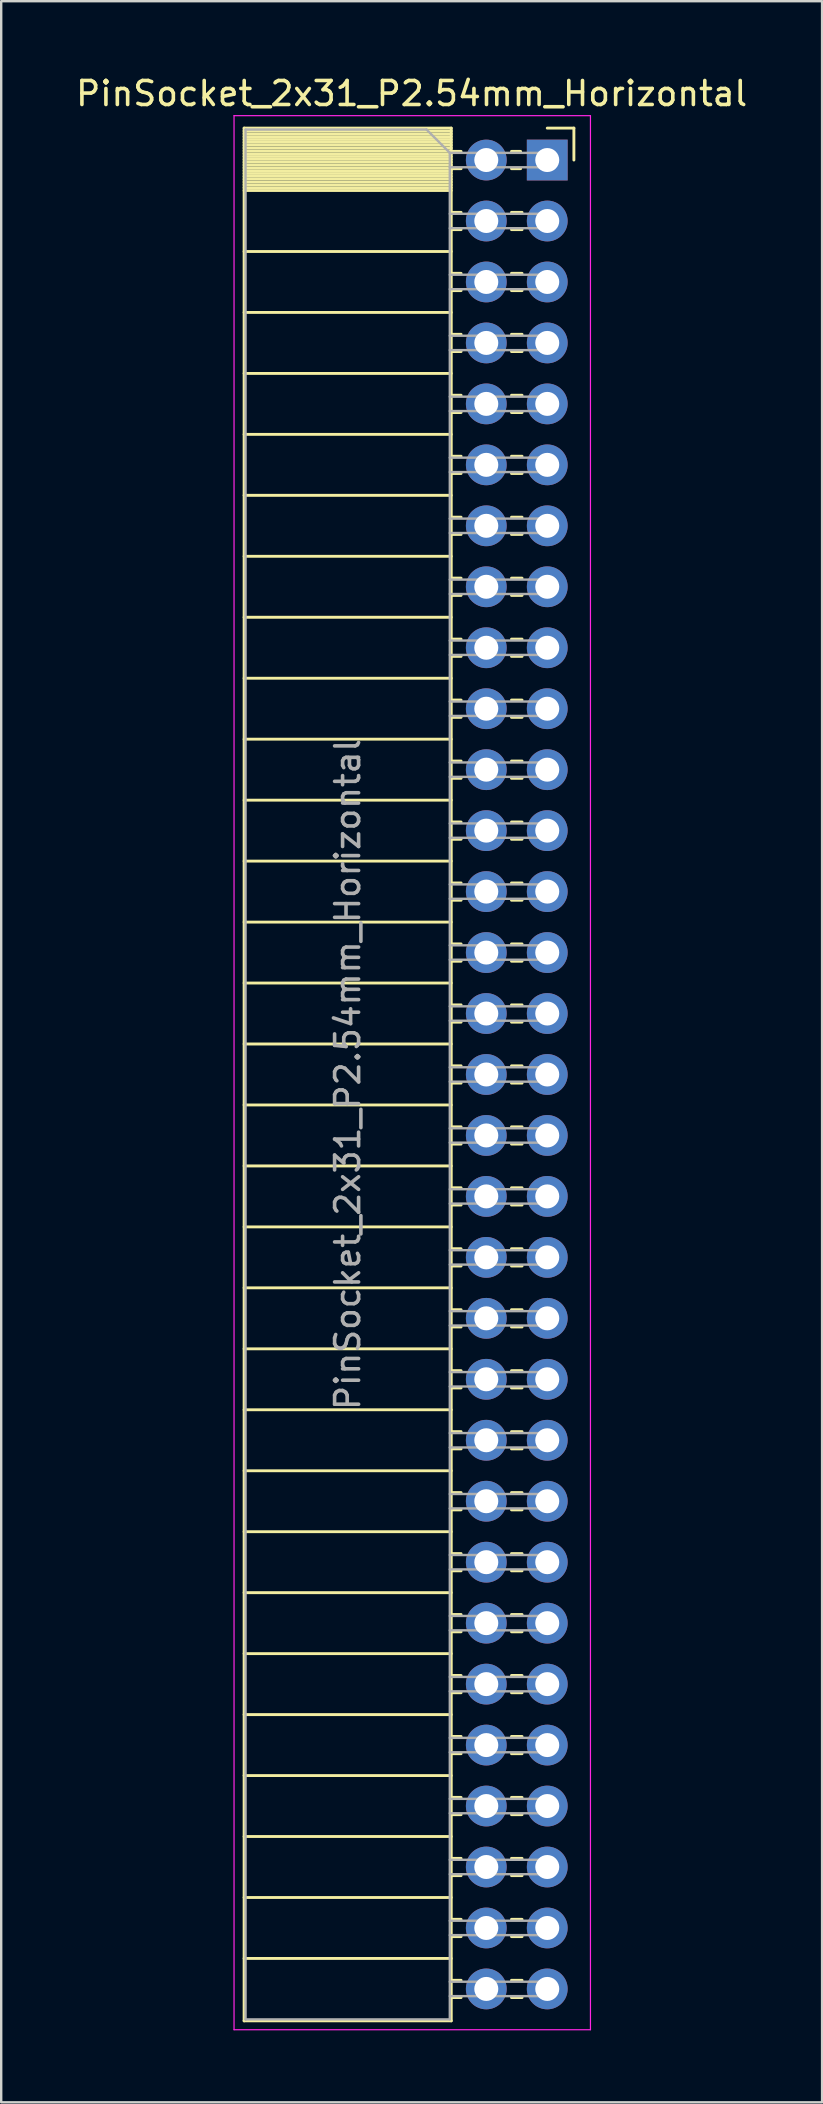
<source format=kicad_pcb>
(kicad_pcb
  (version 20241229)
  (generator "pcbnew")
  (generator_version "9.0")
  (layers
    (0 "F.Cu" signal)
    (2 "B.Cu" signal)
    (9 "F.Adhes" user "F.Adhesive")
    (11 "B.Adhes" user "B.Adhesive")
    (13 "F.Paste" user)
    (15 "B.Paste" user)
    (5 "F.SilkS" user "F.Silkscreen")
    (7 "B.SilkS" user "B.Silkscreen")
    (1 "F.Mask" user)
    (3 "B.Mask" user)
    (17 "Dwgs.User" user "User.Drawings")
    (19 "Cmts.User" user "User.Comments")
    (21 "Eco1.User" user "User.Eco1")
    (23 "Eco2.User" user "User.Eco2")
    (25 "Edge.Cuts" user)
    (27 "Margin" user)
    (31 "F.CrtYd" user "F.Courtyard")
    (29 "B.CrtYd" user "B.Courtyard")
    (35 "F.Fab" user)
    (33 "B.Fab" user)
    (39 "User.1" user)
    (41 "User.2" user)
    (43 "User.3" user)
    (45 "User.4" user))
  (footprint "PinSocket_2x31_P2.54mm_Horizontal"
    (layer "F.Cu")
    (at 19.751 3.618)
    (property "Reference" "PinSocket_2x31_P2.54mm_Horizontal" (at -5.65 -2.77 0) (layer "F.SilkS") (effects (font (size 1 1) (thickness 0.15))))
    (attr through_hole)
    (fp_line (start -12.63 -1.33) (end -12.63 77.53) (stroke (width 0.12) (type solid)) (layer "F.SilkS"))
    (fp_line (start -12.63 -1.33) (end -4 -1.33) (stroke (width 0.12) (type solid)) (layer "F.SilkS"))
    (fp_line (start -12.63 -1.21) (end -4 -1.21) (stroke (width 0.12) (type solid)) (layer "F.SilkS"))
    (fp_line (start -12.63 -1.092) (end -4 -1.092) (stroke (width 0.12) (type solid)) (layer "F.SilkS"))
    (fp_line (start -12.63 -0.974) (end -4 -0.974) (stroke (width 0.12) (type solid)) (layer "F.SilkS"))
    (fp_line (start -12.63 -0.856) (end -4 -0.856) (stroke (width 0.12) (type solid)) (layer "F.SilkS"))
    (fp_line (start -12.63 -0.738) (end -4 -0.738) (stroke (width 0.12) (type solid)) (layer "F.SilkS"))
    (fp_line (start -12.63 -0.62) (end -4 -0.62) (stroke (width 0.12) (type solid)) (layer "F.SilkS"))
    (fp_line (start -12.63 -0.501) (end -4 -0.501) (stroke (width 0.12) (type solid)) (layer "F.SilkS"))
    (fp_line (start -12.63 -0.383) (end -4 -0.383) (stroke (width 0.12) (type solid)) (layer "F.SilkS"))
    (fp_line (start -12.63 -0.265) (end -4 -0.265) (stroke (width 0.12) (type solid)) (layer "F.SilkS"))
    (fp_line (start -12.63 -0.147) (end -4 -0.147) (stroke (width 0.12) (type solid)) (layer "F.SilkS"))
    (fp_line (start -12.63 -0.029) (end -4 -0.029) (stroke (width 0.12) (type solid)) (layer "F.SilkS"))
    (fp_line (start -12.63 0.089) (end -4 0.089) (stroke (width 0.12) (type solid)) (layer "F.SilkS"))
    (fp_line (start -12.63 0.207) (end -4 0.207) (stroke (width 0.12) (type solid)) (layer "F.SilkS"))
    (fp_line (start -12.63 0.325) (end -4 0.325) (stroke (width 0.12) (type solid)) (layer "F.SilkS"))
    (fp_line (start -12.63 0.443) (end -4 0.443) (stroke (width 0.12) (type solid)) (layer "F.SilkS"))
    (fp_line (start -12.63 0.561) (end -4 0.561) (stroke (width 0.12) (type solid)) (layer "F.SilkS"))
    (fp_line (start -12.63 0.68) (end -4 0.68) (stroke (width 0.12) (type solid)) (layer "F.SilkS"))
    (fp_line (start -12.63 0.798) (end -4 0.798) (stroke (width 0.12) (type solid)) (layer "F.SilkS"))
    (fp_line (start -12.63 0.916) (end -4 0.916) (stroke (width 0.12) (type solid)) (layer "F.SilkS"))
    (fp_line (start -12.63 1.034) (end -4 1.034) (stroke (width 0.12) (type solid)) (layer "F.SilkS"))
    (fp_line (start -12.63 1.152) (end -4 1.152) (stroke (width 0.12) (type solid)) (layer "F.SilkS"))
    (fp_line (start -12.63 1.27) (end -4 1.27) (stroke (width 0.12) (type solid)) (layer "F.SilkS"))
    (fp_line (start -12.63 3.81) (end -4 3.81) (stroke (width 0.12) (type solid)) (layer "F.SilkS"))
    (fp_line (start -12.63 6.35) (end -4 6.35) (stroke (width 0.12) (type solid)) (layer "F.SilkS"))
    (fp_line (start -12.63 8.89) (end -4 8.89) (stroke (width 0.12) (type solid)) (layer "F.SilkS"))
    (fp_line (start -12.63 11.43) (end -4 11.43) (stroke (width 0.12) (type solid)) (layer "F.SilkS"))
    (fp_line (start -12.63 13.97) (end -4 13.97) (stroke (width 0.12) (type solid)) (layer "F.SilkS"))
    (fp_line (start -12.63 16.51) (end -4 16.51) (stroke (width 0.12) (type solid)) (layer "F.SilkS"))
    (fp_line (start -12.63 19.05) (end -4 19.05) (stroke (width 0.12) (type solid)) (layer "F.SilkS"))
    (fp_line (start -12.63 21.59) (end -4 21.59) (stroke (width 0.12) (type solid)) (layer "F.SilkS"))
    (fp_line (start -12.63 24.13) (end -4 24.13) (stroke (width 0.12) (type solid)) (layer "F.SilkS"))
    (fp_line (start -12.63 26.67) (end -4 26.67) (stroke (width 0.12) (type solid)) (layer "F.SilkS"))
    (fp_line (start -12.63 29.21) (end -4 29.21) (stroke (width 0.12) (type solid)) (layer "F.SilkS"))
    (fp_line (start -12.63 31.75) (end -4 31.75) (stroke (width 0.12) (type solid)) (layer "F.SilkS"))
    (fp_line (start -12.63 34.29) (end -4 34.29) (stroke (width 0.12) (type solid)) (layer "F.SilkS"))
    (fp_line (start -12.63 36.83) (end -4 36.83) (stroke (width 0.12) (type solid)) (layer "F.SilkS"))
    (fp_line (start -12.63 39.37) (end -4 39.37) (stroke (width 0.12) (type solid)) (layer "F.SilkS"))
    (fp_line (start -12.63 41.91) (end -4 41.91) (stroke (width 0.12) (type solid)) (layer "F.SilkS"))
    (fp_line (start -12.63 44.45) (end -4 44.45) (stroke (width 0.12) (type solid)) (layer "F.SilkS"))
    (fp_line (start -12.63 46.99) (end -4 46.99) (stroke (width 0.12) (type solid)) (layer "F.SilkS"))
    (fp_line (start -12.63 49.53) (end -4 49.53) (stroke (width 0.12) (type solid)) (layer "F.SilkS"))
    (fp_line (start -12.63 52.07) (end -4 52.07) (stroke (width 0.12) (type solid)) (layer "F.SilkS"))
    (fp_line (start -12.63 54.61) (end -4 54.61) (stroke (width 0.12) (type solid)) (layer "F.SilkS"))
    (fp_line (start -12.63 57.15) (end -4 57.15) (stroke (width 0.12) (type solid)) (layer "F.SilkS"))
    (fp_line (start -12.63 59.69) (end -4 59.69) (stroke (width 0.12) (type solid)) (layer "F.SilkS"))
    (fp_line (start -12.63 62.23) (end -4 62.23) (stroke (width 0.12) (type solid)) (layer "F.SilkS"))
    (fp_line (start -12.63 64.77) (end -4 64.77) (stroke (width 0.12) (type solid)) (layer "F.SilkS"))
    (fp_line (start -12.63 67.31) (end -4 67.31) (stroke (width 0.12) (type solid)) (layer "F.SilkS"))
    (fp_line (start -12.63 69.85) (end -4 69.85) (stroke (width 0.12) (type solid)) (layer "F.SilkS"))
    (fp_line (start -12.63 72.39) (end -4 72.39) (stroke (width 0.12) (type solid)) (layer "F.SilkS"))
    (fp_line (start -12.63 74.93) (end -4 74.93) (stroke (width 0.12) (type solid)) (layer "F.SilkS"))
    (fp_line (start -12.63 77.53) (end -4 77.53) (stroke (width 0.12) (type solid)) (layer "F.SilkS"))
    (fp_line (start -4 -1.33) (end -4 77.53) (stroke (width 0.12) (type solid)) (layer "F.SilkS"))
    (fp_line (start -4 -0.36) (end -3.59 -0.36) (stroke (width 0.12) (type solid)) (layer "F.SilkS"))
    (fp_line (start -4 0.36) (end -3.59 0.36) (stroke (width 0.12) (type solid)) (layer "F.SilkS"))
    (fp_line (start -4 2.18) (end -3.59 2.18) (stroke (width 0.12) (type solid)) (layer "F.SilkS"))
    (fp_line (start -4 2.9) (end -3.59 2.9) (stroke (width 0.12) (type solid)) (layer "F.SilkS"))
    (fp_line (start -4 4.72) (end -3.59 4.72) (stroke (width 0.12) (type solid)) (layer "F.SilkS"))
    (fp_line (start -4 5.44) (end -3.59 5.44) (stroke (width 0.12) (type solid)) (layer "F.SilkS"))
    (fp_line (start -4 7.26) (end -3.59 7.26) (stroke (width 0.12) (type solid)) (layer "F.SilkS"))
    (fp_line (start -4 7.98) (end -3.59 7.98) (stroke (width 0.12) (type solid)) (layer "F.SilkS"))
    (fp_line (start -4 9.8) (end -3.59 9.8) (stroke (width 0.12) (type solid)) (layer "F.SilkS"))
    (fp_line (start -4 10.52) (end -3.59 10.52) (stroke (width 0.12) (type solid)) (layer "F.SilkS"))
    (fp_line (start -4 12.34) (end -3.59 12.34) (stroke (width 0.12) (type solid)) (layer "F.SilkS"))
    (fp_line (start -4 13.06) (end -3.59 13.06) (stroke (width 0.12) (type solid)) (layer "F.SilkS"))
    (fp_line (start -4 14.88) (end -3.59 14.88) (stroke (width 0.12) (type solid)) (layer "F.SilkS"))
    (fp_line (start -4 15.6) (end -3.59 15.6) (stroke (width 0.12) (type solid)) (layer "F.SilkS"))
    (fp_line (start -4 17.42) (end -3.59 17.42) (stroke (width 0.12) (type solid)) (layer "F.SilkS"))
    (fp_line (start -4 18.14) (end -3.59 18.14) (stroke (width 0.12) (type solid)) (layer "F.SilkS"))
    (fp_line (start -4 19.96) (end -3.59 19.96) (stroke (width 0.12) (type solid)) (layer "F.SilkS"))
    (fp_line (start -4 20.68) (end -3.59 20.68) (stroke (width 0.12) (type solid)) (layer "F.SilkS"))
    (fp_line (start -4 22.5) (end -3.59 22.5) (stroke (width 0.12) (type solid)) (layer "F.SilkS"))
    (fp_line (start -4 23.22) (end -3.59 23.22) (stroke (width 0.12) (type solid)) (layer "F.SilkS"))
    (fp_line (start -4 25.04) (end -3.59 25.04) (stroke (width 0.12) (type solid)) (layer "F.SilkS"))
    (fp_line (start -4 25.76) (end -3.59 25.76) (stroke (width 0.12) (type solid)) (layer "F.SilkS"))
    (fp_line (start -4 27.58) (end -3.59 27.58) (stroke (width 0.12) (type solid)) (layer "F.SilkS"))
    (fp_line (start -4 28.3) (end -3.59 28.3) (stroke (width 0.12) (type solid)) (layer "F.SilkS"))
    (fp_line (start -4 30.12) (end -3.59 30.12) (stroke (width 0.12) (type solid)) (layer "F.SilkS"))
    (fp_line (start -4 30.84) (end -3.59 30.84) (stroke (width 0.12) (type solid)) (layer "F.SilkS"))
    (fp_line (start -4 32.66) (end -3.59 32.66) (stroke (width 0.12) (type solid)) (layer "F.SilkS"))
    (fp_line (start -4 33.38) (end -3.59 33.38) (stroke (width 0.12) (type solid)) (layer "F.SilkS"))
    (fp_line (start -4 35.2) (end -3.59 35.2) (stroke (width 0.12) (type solid)) (layer "F.SilkS"))
    (fp_line (start -4 35.92) (end -3.59 35.92) (stroke (width 0.12) (type solid)) (layer "F.SilkS"))
    (fp_line (start -4 37.74) (end -3.59 37.74) (stroke (width 0.12) (type solid)) (layer "F.SilkS"))
    (fp_line (start -4 38.46) (end -3.59 38.46) (stroke (width 0.12) (type solid)) (layer "F.SilkS"))
    (fp_line (start -4 40.28) (end -3.59 40.28) (stroke (width 0.12) (type solid)) (layer "F.SilkS"))
    (fp_line (start -4 41) (end -3.59 41) (stroke (width 0.12) (type solid)) (layer "F.SilkS"))
    (fp_line (start -4 42.82) (end -3.59 42.82) (stroke (width 0.12) (type solid)) (layer "F.SilkS"))
    (fp_line (start -4 43.54) (end -3.59 43.54) (stroke (width 0.12) (type solid)) (layer "F.SilkS"))
    (fp_line (start -4 45.36) (end -3.59 45.36) (stroke (width 0.12) (type solid)) (layer "F.SilkS"))
    (fp_line (start -4 46.08) (end -3.59 46.08) (stroke (width 0.12) (type solid)) (layer "F.SilkS"))
    (fp_line (start -4 47.9) (end -3.59 47.9) (stroke (width 0.12) (type solid)) (layer "F.SilkS"))
    (fp_line (start -4 48.62) (end -3.59 48.62) (stroke (width 0.12) (type solid)) (layer "F.SilkS"))
    (fp_line (start -4 50.44) (end -3.59 50.44) (stroke (width 0.12) (type solid)) (layer "F.SilkS"))
    (fp_line (start -4 51.16) (end -3.59 51.16) (stroke (width 0.12) (type solid)) (layer "F.SilkS"))
    (fp_line (start -4 52.98) (end -3.59 52.98) (stroke (width 0.12) (type solid)) (layer "F.SilkS"))
    (fp_line (start -4 53.7) (end -3.59 53.7) (stroke (width 0.12) (type solid)) (layer "F.SilkS"))
    (fp_line (start -4 55.52) (end -3.59 55.52) (stroke (width 0.12) (type solid)) (layer "F.SilkS"))
    (fp_line (start -4 56.24) (end -3.59 56.24) (stroke (width 0.12) (type solid)) (layer "F.SilkS"))
    (fp_line (start -4 58.06) (end -3.59 58.06) (stroke (width 0.12) (type solid)) (layer "F.SilkS"))
    (fp_line (start -4 58.78) (end -3.59 58.78) (stroke (width 0.12) (type solid)) (layer "F.SilkS"))
    (fp_line (start -4 60.6) (end -3.59 60.6) (stroke (width 0.12) (type solid)) (layer "F.SilkS"))
    (fp_line (start -4 61.32) (end -3.59 61.32) (stroke (width 0.12) (type solid)) (layer "F.SilkS"))
    (fp_line (start -4 63.14) (end -3.59 63.14) (stroke (width 0.12) (type solid)) (layer "F.SilkS"))
    (fp_line (start -4 63.86) (end -3.59 63.86) (stroke (width 0.12) (type solid)) (layer "F.SilkS"))
    (fp_line (start -4 65.68) (end -3.59 65.68) (stroke (width 0.12) (type solid)) (layer "F.SilkS"))
    (fp_line (start -4 66.4) (end -3.59 66.4) (stroke (width 0.12) (type solid)) (layer "F.SilkS"))
    (fp_line (start -4 68.22) (end -3.59 68.22) (stroke (width 0.12) (type solid)) (layer "F.SilkS"))
    (fp_line (start -4 68.94) (end -3.59 68.94) (stroke (width 0.12) (type solid)) (layer "F.SilkS"))
    (fp_line (start -4 70.76) (end -3.59 70.76) (stroke (width 0.12) (type solid)) (layer "F.SilkS"))
    (fp_line (start -4 71.48) (end -3.59 71.48) (stroke (width 0.12) (type solid)) (layer "F.SilkS"))
    (fp_line (start -4 73.3) (end -3.59 73.3) (stroke (width 0.12) (type solid)) (layer "F.SilkS"))
    (fp_line (start -4 74.02) (end -3.59 74.02) (stroke (width 0.12) (type solid)) (layer "F.SilkS"))
    (fp_line (start -4 75.84) (end -3.59 75.84) (stroke (width 0.12) (type solid)) (layer "F.SilkS"))
    (fp_line (start -4 76.56) (end -3.59 76.56) (stroke (width 0.12) (type solid)) (layer "F.SilkS"))
    (fp_line (start -1.49 -0.36) (end -1.11 -0.36) (stroke (width 0.12) (type solid)) (layer "F.SilkS"))
    (fp_line (start -1.49 0.36) (end -1.11 0.36) (stroke (width 0.12) (type solid)) (layer "F.SilkS"))
    (fp_line (start -1.49 2.18) (end -1.05 2.18) (stroke (width 0.12) (type solid)) (layer "F.SilkS"))
    (fp_line (start -1.49 2.9) (end -1.05 2.9) (stroke (width 0.12) (type solid)) (layer "F.SilkS"))
    (fp_line (start -1.49 4.72) (end -1.05 4.72) (stroke (width 0.12) (type solid)) (layer "F.SilkS"))
    (fp_line (start -1.49 5.44) (end -1.05 5.44) (stroke (width 0.12) (type solid)) (layer "F.SilkS"))
    (fp_line (start -1.49 7.26) (end -1.05 7.26) (stroke (width 0.12) (type solid)) (layer "F.SilkS"))
    (fp_line (start -1.49 7.98) (end -1.05 7.98) (stroke (width 0.12) (type solid)) (layer "F.SilkS"))
    (fp_line (start -1.49 9.8) (end -1.05 9.8) (stroke (width 0.12) (type solid)) (layer "F.SilkS"))
    (fp_line (start -1.49 10.52) (end -1.05 10.52) (stroke (width 0.12) (type solid)) (layer "F.SilkS"))
    (fp_line (start -1.49 12.34) (end -1.05 12.34) (stroke (width 0.12) (type solid)) (layer "F.SilkS"))
    (fp_line (start -1.49 13.06) (end -1.05 13.06) (stroke (width 0.12) (type solid)) (layer "F.SilkS"))
    (fp_line (start -1.49 14.88) (end -1.05 14.88) (stroke (width 0.12) (type solid)) (layer "F.SilkS"))
    (fp_line (start -1.49 15.6) (end -1.05 15.6) (stroke (width 0.12) (type solid)) (layer "F.SilkS"))
    (fp_line (start -1.49 17.42) (end -1.05 17.42) (stroke (width 0.12) (type solid)) (layer "F.SilkS"))
    (fp_line (start -1.49 18.14) (end -1.05 18.14) (stroke (width 0.12) (type solid)) (layer "F.SilkS"))
    (fp_line (start -1.49 19.96) (end -1.05 19.96) (stroke (width 0.12) (type solid)) (layer "F.SilkS"))
    (fp_line (start -1.49 20.68) (end -1.05 20.68) (stroke (width 0.12) (type solid)) (layer "F.SilkS"))
    (fp_line (start -1.49 22.5) (end -1.05 22.5) (stroke (width 0.12) (type solid)) (layer "F.SilkS"))
    (fp_line (start -1.49 23.22) (end -1.05 23.22) (stroke (width 0.12) (type solid)) (layer "F.SilkS"))
    (fp_line (start -1.49 25.04) (end -1.05 25.04) (stroke (width 0.12) (type solid)) (layer "F.SilkS"))
    (fp_line (start -1.49 25.76) (end -1.05 25.76) (stroke (width 0.12) (type solid)) (layer "F.SilkS"))
    (fp_line (start -1.49 27.58) (end -1.05 27.58) (stroke (width 0.12) (type solid)) (layer "F.SilkS"))
    (fp_line (start -1.49 28.3) (end -1.05 28.3) (stroke (width 0.12) (type solid)) (layer "F.SilkS"))
    (fp_line (start -1.49 30.12) (end -1.05 30.12) (stroke (width 0.12) (type solid)) (layer "F.SilkS"))
    (fp_line (start -1.49 30.84) (end -1.05 30.84) (stroke (width 0.12) (type solid)) (layer "F.SilkS"))
    (fp_line (start -1.49 32.66) (end -1.05 32.66) (stroke (width 0.12) (type solid)) (layer "F.SilkS"))
    (fp_line (start -1.49 33.38) (end -1.05 33.38) (stroke (width 0.12) (type solid)) (layer "F.SilkS"))
    (fp_line (start -1.49 35.2) (end -1.05 35.2) (stroke (width 0.12) (type solid)) (layer "F.SilkS"))
    (fp_line (start -1.49 35.92) (end -1.05 35.92) (stroke (width 0.12) (type solid)) (layer "F.SilkS"))
    (fp_line (start -1.49 37.74) (end -1.05 37.74) (stroke (width 0.12) (type solid)) (layer "F.SilkS"))
    (fp_line (start -1.49 38.46) (end -1.05 38.46) (stroke (width 0.12) (type solid)) (layer "F.SilkS"))
    (fp_line (start -1.49 40.28) (end -1.05 40.28) (stroke (width 0.12) (type solid)) (layer "F.SilkS"))
    (fp_line (start -1.49 41) (end -1.05 41) (stroke (width 0.12) (type solid)) (layer "F.SilkS"))
    (fp_line (start -1.49 42.82) (end -1.05 42.82) (stroke (width 0.12) (type solid)) (layer "F.SilkS"))
    (fp_line (start -1.49 43.54) (end -1.05 43.54) (stroke (width 0.12) (type solid)) (layer "F.SilkS"))
    (fp_line (start -1.49 45.36) (end -1.05 45.36) (stroke (width 0.12) (type solid)) (layer "F.SilkS"))
    (fp_line (start -1.49 46.08) (end -1.05 46.08) (stroke (width 0.12) (type solid)) (layer "F.SilkS"))
    (fp_line (start -1.49 47.9) (end -1.05 47.9) (stroke (width 0.12) (type solid)) (layer "F.SilkS"))
    (fp_line (start -1.49 48.62) (end -1.05 48.62) (stroke (width 0.12) (type solid)) (layer "F.SilkS"))
    (fp_line (start -1.49 50.44) (end -1.05 50.44) (stroke (width 0.12) (type solid)) (layer "F.SilkS"))
    (fp_line (start -1.49 51.16) (end -1.05 51.16) (stroke (width 0.12) (type solid)) (layer "F.SilkS"))
    (fp_line (start -1.49 52.98) (end -1.05 52.98) (stroke (width 0.12) (type solid)) (layer "F.SilkS"))
    (fp_line (start -1.49 53.7) (end -1.05 53.7) (stroke (width 0.12) (type solid)) (layer "F.SilkS"))
    (fp_line (start -1.49 55.52) (end -1.05 55.52) (stroke (width 0.12) (type solid)) (layer "F.SilkS"))
    (fp_line (start -1.49 56.24) (end -1.05 56.24) (stroke (width 0.12) (type solid)) (layer "F.SilkS"))
    (fp_line (start -1.49 58.06) (end -1.05 58.06) (stroke (width 0.12) (type solid)) (layer "F.SilkS"))
    (fp_line (start -1.49 58.78) (end -1.05 58.78) (stroke (width 0.12) (type solid)) (layer "F.SilkS"))
    (fp_line (start -1.49 60.6) (end -1.05 60.6) (stroke (width 0.12) (type solid)) (layer "F.SilkS"))
    (fp_line (start -1.49 61.32) (end -1.05 61.32) (stroke (width 0.12) (type solid)) (layer "F.SilkS"))
    (fp_line (start -1.49 63.14) (end -1.05 63.14) (stroke (width 0.12) (type solid)) (layer "F.SilkS"))
    (fp_line (start -1.49 63.86) (end -1.05 63.86) (stroke (width 0.12) (type solid)) (layer "F.SilkS"))
    (fp_line (start -1.49 65.68) (end -1.05 65.68) (stroke (width 0.12) (type solid)) (layer "F.SilkS"))
    (fp_line (start -1.49 66.4) (end -1.05 66.4) (stroke (width 0.12) (type solid)) (layer "F.SilkS"))
    (fp_line (start -1.49 68.22) (end -1.05 68.22) (stroke (width 0.12) (type solid)) (layer "F.SilkS"))
    (fp_line (start -1.49 68.94) (end -1.05 68.94) (stroke (width 0.12) (type solid)) (layer "F.SilkS"))
    (fp_line (start -1.49 70.76) (end -1.05 70.76) (stroke (width 0.12) (type solid)) (layer "F.SilkS"))
    (fp_line (start -1.49 71.48) (end -1.05 71.48) (stroke (width 0.12) (type solid)) (layer "F.SilkS"))
    (fp_line (start -1.49 73.3) (end -1.05 73.3) (stroke (width 0.12) (type solid)) (layer "F.SilkS"))
    (fp_line (start -1.49 74.02) (end -1.05 74.02) (stroke (width 0.12) (type solid)) (layer "F.SilkS"))
    (fp_line (start -1.49 75.84) (end -1.05 75.84) (stroke (width 0.12) (type solid)) (layer "F.SilkS"))
    (fp_line (start -1.49 76.56) (end -1.05 76.56) (stroke (width 0.12) (type solid)) (layer "F.SilkS"))
    (fp_line (start 0 -1.33) (end 1.11 -1.33) (stroke (width 0.12) (type solid)) (layer "F.SilkS"))
    (fp_line (start 1.11 -1.33) (end 1.11 0) (stroke (width 0.12) (type solid)) (layer "F.SilkS"))
    (fp_line (start -13.05 -1.85) (end -13.05 77.9) (stroke (width 0.05) (type solid)) (layer "F.CrtYd"))
    (fp_line (start -13.05 77.9) (end 1.8 77.9) (stroke (width 0.05) (type solid)) (layer "F.CrtYd"))
    (fp_line (start 1.8 -1.85) (end -13.05 -1.85) (stroke (width 0.05) (type solid)) (layer "F.CrtYd"))
    (fp_line (start 1.8 77.9) (end 1.8 -1.85) (stroke (width 0.05) (type solid)) (layer "F.CrtYd"))
    (fp_line (start -12.57 -1.27) (end -5.03 -1.27) (stroke (width 0.1) (type solid)) (layer "F.Fab"))
    (fp_line (start -12.57 77.47) (end -12.57 -1.27) (stroke (width 0.1) (type solid)) (layer "F.Fab"))
    (fp_line (start -5.03 -1.27) (end -4.06 -0.3) (stroke (width 0.1) (type solid)) (layer "F.Fab"))
    (fp_line (start -4.06 -0.3) (end -4.06 77.47) (stroke (width 0.1) (type solid)) (layer "F.Fab"))
    (fp_line (start -4.06 0.3) (end 0 0.3) (stroke (width 0.1) (type solid)) (layer "F.Fab"))
    (fp_line (start -4.06 2.84) (end 0 2.84) (stroke (width 0.1) (type solid)) (layer "F.Fab"))
    (fp_line (start -4.06 5.38) (end 0 5.38) (stroke (width 0.1) (type solid)) (layer "F.Fab"))
    (fp_line (start -4.06 7.92) (end 0 7.92) (stroke (width 0.1) (type solid)) (layer "F.Fab"))
    (fp_line (start -4.06 10.46) (end 0 10.46) (stroke (width 0.1) (type solid)) (layer "F.Fab"))
    (fp_line (start -4.06 13) (end 0 13) (stroke (width 0.1) (type solid)) (layer "F.Fab"))
    (fp_line (start -4.06 15.54) (end 0 15.54) (stroke (width 0.1) (type solid)) (layer "F.Fab"))
    (fp_line (start -4.06 18.08) (end 0 18.08) (stroke (width 0.1) (type solid)) (layer "F.Fab"))
    (fp_line (start -4.06 20.62) (end 0 20.62) (stroke (width 0.1) (type solid)) (layer "F.Fab"))
    (fp_line (start -4.06 23.16) (end 0 23.16) (stroke (width 0.1) (type solid)) (layer "F.Fab"))
    (fp_line (start -4.06 25.7) (end 0 25.7) (stroke (width 0.1) (type solid)) (layer "F.Fab"))
    (fp_line (start -4.06 28.24) (end 0 28.24) (stroke (width 0.1) (type solid)) (layer "F.Fab"))
    (fp_line (start -4.06 30.78) (end 0 30.78) (stroke (width 0.1) (type solid)) (layer "F.Fab"))
    (fp_line (start -4.06 33.32) (end 0 33.32) (stroke (width 0.1) (type solid)) (layer "F.Fab"))
    (fp_line (start -4.06 35.86) (end 0 35.86) (stroke (width 0.1) (type solid)) (layer "F.Fab"))
    (fp_line (start -4.06 38.4) (end 0 38.4) (stroke (width 0.1) (type solid)) (layer "F.Fab"))
    (fp_line (start -4.06 40.94) (end 0 40.94) (stroke (width 0.1) (type solid)) (layer "F.Fab"))
    (fp_line (start -4.06 43.48) (end 0 43.48) (stroke (width 0.1) (type solid)) (layer "F.Fab"))
    (fp_line (start -4.06 46.02) (end 0 46.02) (stroke (width 0.1) (type solid)) (layer "F.Fab"))
    (fp_line (start -4.06 48.56) (end 0 48.56) (stroke (width 0.1) (type solid)) (layer "F.Fab"))
    (fp_line (start -4.06 51.1) (end 0 51.1) (stroke (width 0.1) (type solid)) (layer "F.Fab"))
    (fp_line (start -4.06 53.64) (end 0 53.64) (stroke (width 0.1) (type solid)) (layer "F.Fab"))
    (fp_line (start -4.06 56.18) (end 0 56.18) (stroke (width 0.1) (type solid)) (layer "F.Fab"))
    (fp_line (start -4.06 58.72) (end 0 58.72) (stroke (width 0.1) (type solid)) (layer "F.Fab"))
    (fp_line (start -4.06 61.26) (end 0 61.26) (stroke (width 0.1) (type solid)) (layer "F.Fab"))
    (fp_line (start -4.06 63.8) (end 0 63.8) (stroke (width 0.1) (type solid)) (layer "F.Fab"))
    (fp_line (start -4.06 66.34) (end 0 66.34) (stroke (width 0.1) (type solid)) (layer "F.Fab"))
    (fp_line (start -4.06 68.88) (end 0 68.88) (stroke (width 0.1) (type solid)) (layer "F.Fab"))
    (fp_line (start -4.06 71.42) (end 0 71.42) (stroke (width 0.1) (type solid)) (layer "F.Fab"))
    (fp_line (start -4.06 73.96) (end 0 73.96) (stroke (width 0.1) (type solid)) (layer "F.Fab"))
    (fp_line (start -4.06 76.5) (end 0 76.5) (stroke (width 0.1) (type solid)) (layer "F.Fab"))
    (fp_line (start -4.06 77.47) (end -12.57 77.47) (stroke (width 0.1) (type solid)) (layer "F.Fab"))
    (fp_line (start 0 -0.3) (end -4.06 -0.3) (stroke (width 0.1) (type solid)) (layer "F.Fab"))
    (fp_line (start 0 0.3) (end 0 -0.3) (stroke (width 0.1) (type solid)) (layer "F.Fab"))
    (fp_line (start 0 2.24) (end -4.06 2.24) (stroke (width 0.1) (type solid)) (layer "F.Fab"))
    (fp_line (start 0 2.84) (end 0 2.24) (stroke (width 0.1) (type solid)) (layer "F.Fab"))
    (fp_line (start 0 4.78) (end -4.06 4.78) (stroke (width 0.1) (type solid)) (layer "F.Fab"))
    (fp_line (start 0 5.38) (end 0 4.78) (stroke (width 0.1) (type solid)) (layer "F.Fab"))
    (fp_line (start 0 7.32) (end -4.06 7.32) (stroke (width 0.1) (type solid)) (layer "F.Fab"))
    (fp_line (start 0 7.92) (end 0 7.32) (stroke (width 0.1) (type solid)) (layer "F.Fab"))
    (fp_line (start 0 9.86) (end -4.06 9.86) (stroke (width 0.1) (type solid)) (layer "F.Fab"))
    (fp_line (start 0 10.46) (end 0 9.86) (stroke (width 0.1) (type solid)) (layer "F.Fab"))
    (fp_line (start 0 12.4) (end -4.06 12.4) (stroke (width 0.1) (type solid)) (layer "F.Fab"))
    (fp_line (start 0 13) (end 0 12.4) (stroke (width 0.1) (type solid)) (layer "F.Fab"))
    (fp_line (start 0 14.94) (end -4.06 14.94) (stroke (width 0.1) (type solid)) (layer "F.Fab"))
    (fp_line (start 0 15.54) (end 0 14.94) (stroke (width 0.1) (type solid)) (layer "F.Fab"))
    (fp_line (start 0 17.48) (end -4.06 17.48) (stroke (width 0.1) (type solid)) (layer "F.Fab"))
    (fp_line (start 0 18.08) (end 0 17.48) (stroke (width 0.1) (type solid)) (layer "F.Fab"))
    (fp_line (start 0 20.02) (end -4.06 20.02) (stroke (width 0.1) (type solid)) (layer "F.Fab"))
    (fp_line (start 0 20.62) (end 0 20.02) (stroke (width 0.1) (type solid)) (layer "F.Fab"))
    (fp_line (start 0 22.56) (end -4.06 22.56) (stroke (width 0.1) (type solid)) (layer "F.Fab"))
    (fp_line (start 0 23.16) (end 0 22.56) (stroke (width 0.1) (type solid)) (layer "F.Fab"))
    (fp_line (start 0 25.1) (end -4.06 25.1) (stroke (width 0.1) (type solid)) (layer "F.Fab"))
    (fp_line (start 0 25.7) (end 0 25.1) (stroke (width 0.1) (type solid)) (layer "F.Fab"))
    (fp_line (start 0 27.64) (end -4.06 27.64) (stroke (width 0.1) (type solid)) (layer "F.Fab"))
    (fp_line (start 0 28.24) (end 0 27.64) (stroke (width 0.1) (type solid)) (layer "F.Fab"))
    (fp_line (start 0 30.18) (end -4.06 30.18) (stroke (width 0.1) (type solid)) (layer "F.Fab"))
    (fp_line (start 0 30.78) (end 0 30.18) (stroke (width 0.1) (type solid)) (layer "F.Fab"))
    (fp_line (start 0 32.72) (end -4.06 32.72) (stroke (width 0.1) (type solid)) (layer "F.Fab"))
    (fp_line (start 0 33.32) (end 0 32.72) (stroke (width 0.1) (type solid)) (layer "F.Fab"))
    (fp_line (start 0 35.26) (end -4.06 35.26) (stroke (width 0.1) (type solid)) (layer "F.Fab"))
    (fp_line (start 0 35.86) (end 0 35.26) (stroke (width 0.1) (type solid)) (layer "F.Fab"))
    (fp_line (start 0 37.8) (end -4.06 37.8) (stroke (width 0.1) (type solid)) (layer "F.Fab"))
    (fp_line (start 0 38.4) (end 0 37.8) (stroke (width 0.1) (type solid)) (layer "F.Fab"))
    (fp_line (start 0 40.34) (end -4.06 40.34) (stroke (width 0.1) (type solid)) (layer "F.Fab"))
    (fp_line (start 0 40.94) (end 0 40.34) (stroke (width 0.1) (type solid)) (layer "F.Fab"))
    (fp_line (start 0 42.88) (end -4.06 42.88) (stroke (width 0.1) (type solid)) (layer "F.Fab"))
    (fp_line (start 0 43.48) (end 0 42.88) (stroke (width 0.1) (type solid)) (layer "F.Fab"))
    (fp_line (start 0 45.42) (end -4.06 45.42) (stroke (width 0.1) (type solid)) (layer "F.Fab"))
    (fp_line (start 0 46.02) (end 0 45.42) (stroke (width 0.1) (type solid)) (layer "F.Fab"))
    (fp_line (start 0 47.96) (end -4.06 47.96) (stroke (width 0.1) (type solid)) (layer "F.Fab"))
    (fp_line (start 0 48.56) (end 0 47.96) (stroke (width 0.1) (type solid)) (layer "F.Fab"))
    (fp_line (start 0 50.5) (end -4.06 50.5) (stroke (width 0.1) (type solid)) (layer "F.Fab"))
    (fp_line (start 0 51.1) (end 0 50.5) (stroke (width 0.1) (type solid)) (layer "F.Fab"))
    (fp_line (start 0 53.04) (end -4.06 53.04) (stroke (width 0.1) (type solid)) (layer "F.Fab"))
    (fp_line (start 0 53.64) (end 0 53.04) (stroke (width 0.1) (type solid)) (layer "F.Fab"))
    (fp_line (start 0 55.58) (end -4.06 55.58) (stroke (width 0.1) (type solid)) (layer "F.Fab"))
    (fp_line (start 0 56.18) (end 0 55.58) (stroke (width 0.1) (type solid)) (layer "F.Fab"))
    (fp_line (start 0 58.12) (end -4.06 58.12) (stroke (width 0.1) (type solid)) (layer "F.Fab"))
    (fp_line (start 0 58.72) (end 0 58.12) (stroke (width 0.1) (type solid)) (layer "F.Fab"))
    (fp_line (start 0 60.66) (end -4.06 60.66) (stroke (width 0.1) (type solid)) (layer "F.Fab"))
    (fp_line (start 0 61.26) (end 0 60.66) (stroke (width 0.1) (type solid)) (layer "F.Fab"))
    (fp_line (start 0 63.2) (end -4.06 63.2) (stroke (width 0.1) (type solid)) (layer "F.Fab"))
    (fp_line (start 0 63.8) (end 0 63.2) (stroke (width 0.1) (type solid)) (layer "F.Fab"))
    (fp_line (start 0 65.74) (end -4.06 65.74) (stroke (width 0.1) (type solid)) (layer "F.Fab"))
    (fp_line (start 0 66.34) (end 0 65.74) (stroke (width 0.1) (type solid)) (layer "F.Fab"))
    (fp_line (start 0 68.28) (end -4.06 68.28) (stroke (width 0.1) (type solid)) (layer "F.Fab"))
    (fp_line (start 0 68.88) (end 0 68.28) (stroke (width 0.1) (type solid)) (layer "F.Fab"))
    (fp_line (start 0 70.82) (end -4.06 70.82) (stroke (width 0.1) (type solid)) (layer "F.Fab"))
    (fp_line (start 0 71.42) (end 0 70.82) (stroke (width 0.1) (type solid)) (layer "F.Fab"))
    (fp_line (start 0 73.36) (end -4.06 73.36) (stroke (width 0.1) (type solid)) (layer "F.Fab"))
    (fp_line (start 0 73.96) (end 0 73.36) (stroke (width 0.1) (type solid)) (layer "F.Fab"))
    (fp_line (start 0 75.9) (end -4.06 75.9) (stroke (width 0.1) (type solid)) (layer "F.Fab"))
    (fp_line (start 0 76.5) (end 0 75.9) (stroke (width 0.1) (type solid)) (layer "F.Fab"))
    (fp_text user "${REFERENCE}" (at -8.315 38.1 90) (layer "F.Fab") (effects (font (size 1 1) (thickness 0.15))))
    (pad "1" thru_hole rect (at 0 0) (size 1.7 1.7) (drill 1) (layers "*.Cu" "*.Mask"))
    (pad "2" thru_hole circle (at -2.54 0) (size 1.7 1.7) (drill 1) (layers "*.Cu" "*.Mask"))
    (pad "3" thru_hole circle (at 0 2.54) (size 1.7 1.7) (drill 1) (layers "*.Cu" "*.Mask"))
    (pad "4" thru_hole circle (at -2.54 2.54) (size 1.7 1.7) (drill 1) (layers "*.Cu" "*.Mask"))
    (pad "5" thru_hole circle (at 0 5.08) (size 1.7 1.7) (drill 1) (layers "*.Cu" "*.Mask"))
    (pad "6" thru_hole circle (at -2.54 5.08) (size 1.7 1.7) (drill 1) (layers "*.Cu" "*.Mask"))
    (pad "7" thru_hole circle (at 0 7.62) (size 1.7 1.7) (drill 1) (layers "*.Cu" "*.Mask"))
    (pad "8" thru_hole circle (at -2.54 7.62) (size 1.7 1.7) (drill 1) (layers "*.Cu" "*.Mask"))
    (pad "9" thru_hole circle (at 0 10.16) (size 1.7 1.7) (drill 1) (layers "*.Cu" "*.Mask"))
    (pad "10" thru_hole circle (at -2.54 10.16) (size 1.7 1.7) (drill 1) (layers "*.Cu" "*.Mask"))
    (pad "11" thru_hole circle (at 0 12.7) (size 1.7 1.7) (drill 1) (layers "*.Cu" "*.Mask"))
    (pad "12" thru_hole circle (at -2.54 12.7) (size 1.7 1.7) (drill 1) (layers "*.Cu" "*.Mask"))
    (pad "13" thru_hole circle (at 0 15.24) (size 1.7 1.7) (drill 1) (layers "*.Cu" "*.Mask"))
    (pad "14" thru_hole circle (at -2.54 15.24) (size 1.7 1.7) (drill 1) (layers "*.Cu" "*.Mask"))
    (pad "15" thru_hole circle (at 0 17.78) (size 1.7 1.7) (drill 1) (layers "*.Cu" "*.Mask"))
    (pad "16" thru_hole circle (at -2.54 17.78) (size 1.7 1.7) (drill 1) (layers "*.Cu" "*.Mask"))
    (pad "17" thru_hole circle (at 0 20.32) (size 1.7 1.7) (drill 1) (layers "*.Cu" "*.Mask"))
    (pad "18" thru_hole circle (at -2.54 20.32) (size 1.7 1.7) (drill 1) (layers "*.Cu" "*.Mask"))
    (pad "19" thru_hole circle (at 0 22.86) (size 1.7 1.7) (drill 1) (layers "*.Cu" "*.Mask"))
    (pad "20" thru_hole circle (at -2.54 22.86) (size 1.7 1.7) (drill 1) (layers "*.Cu" "*.Mask"))
    (pad "21" thru_hole circle (at 0 25.4) (size 1.7 1.7) (drill 1) (layers "*.Cu" "*.Mask"))
    (pad "22" thru_hole circle (at -2.54 25.4) (size 1.7 1.7) (drill 1) (layers "*.Cu" "*.Mask"))
    (pad "23" thru_hole circle (at 0 27.94) (size 1.7 1.7) (drill 1) (layers "*.Cu" "*.Mask"))
    (pad "24" thru_hole circle (at -2.54 27.94) (size 1.7 1.7) (drill 1) (layers "*.Cu" "*.Mask"))
    (pad "25" thru_hole circle (at 0 30.48) (size 1.7 1.7) (drill 1) (layers "*.Cu" "*.Mask"))
    (pad "26" thru_hole circle (at -2.54 30.48) (size 1.7 1.7) (drill 1) (layers "*.Cu" "*.Mask"))
    (pad "27" thru_hole circle (at 0 33.02) (size 1.7 1.7) (drill 1) (layers "*.Cu" "*.Mask"))
    (pad "28" thru_hole circle (at -2.54 33.02) (size 1.7 1.7) (drill 1) (layers "*.Cu" "*.Mask"))
    (pad "29" thru_hole circle (at 0 35.56) (size 1.7 1.7) (drill 1) (layers "*.Cu" "*.Mask"))
    (pad "30" thru_hole circle (at -2.54 35.56) (size 1.7 1.7) (drill 1) (layers "*.Cu" "*.Mask"))
    (pad "31" thru_hole circle (at 0 38.1) (size 1.7 1.7) (drill 1) (layers "*.Cu" "*.Mask"))
    (pad "32" thru_hole circle (at -2.54 38.1) (size 1.7 1.7) (drill 1) (layers "*.Cu" "*.Mask"))
    (pad "33" thru_hole circle (at 0 40.64) (size 1.7 1.7) (drill 1) (layers "*.Cu" "*.Mask"))
    (pad "34" thru_hole circle (at -2.54 40.64) (size 1.7 1.7) (drill 1) (layers "*.Cu" "*.Mask"))
    (pad "35" thru_hole circle (at 0 43.18) (size 1.7 1.7) (drill 1) (layers "*.Cu" "*.Mask"))
    (pad "36" thru_hole circle (at -2.54 43.18) (size 1.7 1.7) (drill 1) (layers "*.Cu" "*.Mask"))
    (pad "37" thru_hole circle (at 0 45.72) (size 1.7 1.7) (drill 1) (layers "*.Cu" "*.Mask"))
    (pad "38" thru_hole circle (at -2.54 45.72) (size 1.7 1.7) (drill 1) (layers "*.Cu" "*.Mask"))
    (pad "39" thru_hole circle (at 0 48.26) (size 1.7 1.7) (drill 1) (layers "*.Cu" "*.Mask"))
    (pad "40" thru_hole circle (at -2.54 48.26) (size 1.7 1.7) (drill 1) (layers "*.Cu" "*.Mask"))
    (pad "41" thru_hole circle (at 0 50.8) (size 1.7 1.7) (drill 1) (layers "*.Cu" "*.Mask"))
    (pad "42" thru_hole circle (at -2.54 50.8) (size 1.7 1.7) (drill 1) (layers "*.Cu" "*.Mask"))
    (pad "43" thru_hole circle (at 0 53.34) (size 1.7 1.7) (drill 1) (layers "*.Cu" "*.Mask"))
    (pad "44" thru_hole circle (at -2.54 53.34) (size 1.7 1.7) (drill 1) (layers "*.Cu" "*.Mask"))
    (pad "45" thru_hole circle (at 0 55.88) (size 1.7 1.7) (drill 1) (layers "*.Cu" "*.Mask"))
    (pad "46" thru_hole circle (at -2.54 55.88) (size 1.7 1.7) (drill 1) (layers "*.Cu" "*.Mask"))
    (pad "47" thru_hole circle (at 0 58.42) (size 1.7 1.7) (drill 1) (layers "*.Cu" "*.Mask"))
    (pad "48" thru_hole circle (at -2.54 58.42) (size 1.7 1.7) (drill 1) (layers "*.Cu" "*.Mask"))
    (pad "49" thru_hole circle (at 0 60.96) (size 1.7 1.7) (drill 1) (layers "*.Cu" "*.Mask"))
    (pad "50" thru_hole circle (at -2.54 60.96) (size 1.7 1.7) (drill 1) (layers "*.Cu" "*.Mask"))
    (pad "51" thru_hole circle (at 0 63.5) (size 1.7 1.7) (drill 1) (layers "*.Cu" "*.Mask"))
    (pad "52" thru_hole circle (at -2.54 63.5) (size 1.7 1.7) (drill 1) (layers "*.Cu" "*.Mask"))
    (pad "53" thru_hole circle (at 0 66.04) (size 1.7 1.7) (drill 1) (layers "*.Cu" "*.Mask"))
    (pad "54" thru_hole circle (at -2.54 66.04) (size 1.7 1.7) (drill 1) (layers "*.Cu" "*.Mask"))
    (pad "55" thru_hole circle (at 0 68.58) (size 1.7 1.7) (drill 1) (layers "*.Cu" "*.Mask"))
    (pad "56" thru_hole circle (at -2.54 68.58) (size 1.7 1.7) (drill 1) (layers "*.Cu" "*.Mask"))
    (pad "57" thru_hole circle (at 0 71.12) (size 1.7 1.7) (drill 1) (layers "*.Cu" "*.Mask"))
    (pad "58" thru_hole circle (at -2.54 71.12) (size 1.7 1.7) (drill 1) (layers "*.Cu" "*.Mask"))
    (pad "59" thru_hole circle (at 0 73.66) (size 1.7 1.7) (drill 1) (layers "*.Cu" "*.Mask"))
    (pad "60" thru_hole circle (at -2.54 73.66) (size 1.7 1.7) (drill 1) (layers "*.Cu" "*.Mask"))
    (pad "61" thru_hole circle (at 0 76.2) (size 1.7 1.7) (drill 1) (layers "*.Cu" "*.Mask"))
    (pad "62" thru_hole circle (at -2.54 76.2) (size 1.7 1.7) (drill 1) (layers "*.Cu" "*.Mask")))
  (gr_rect
    (start -3 -3)
    (end 31.202 84.543)
    (stroke (width 0.1) (type default))
    (fill no)
    (layer "Edge.Cuts")))
</source>
